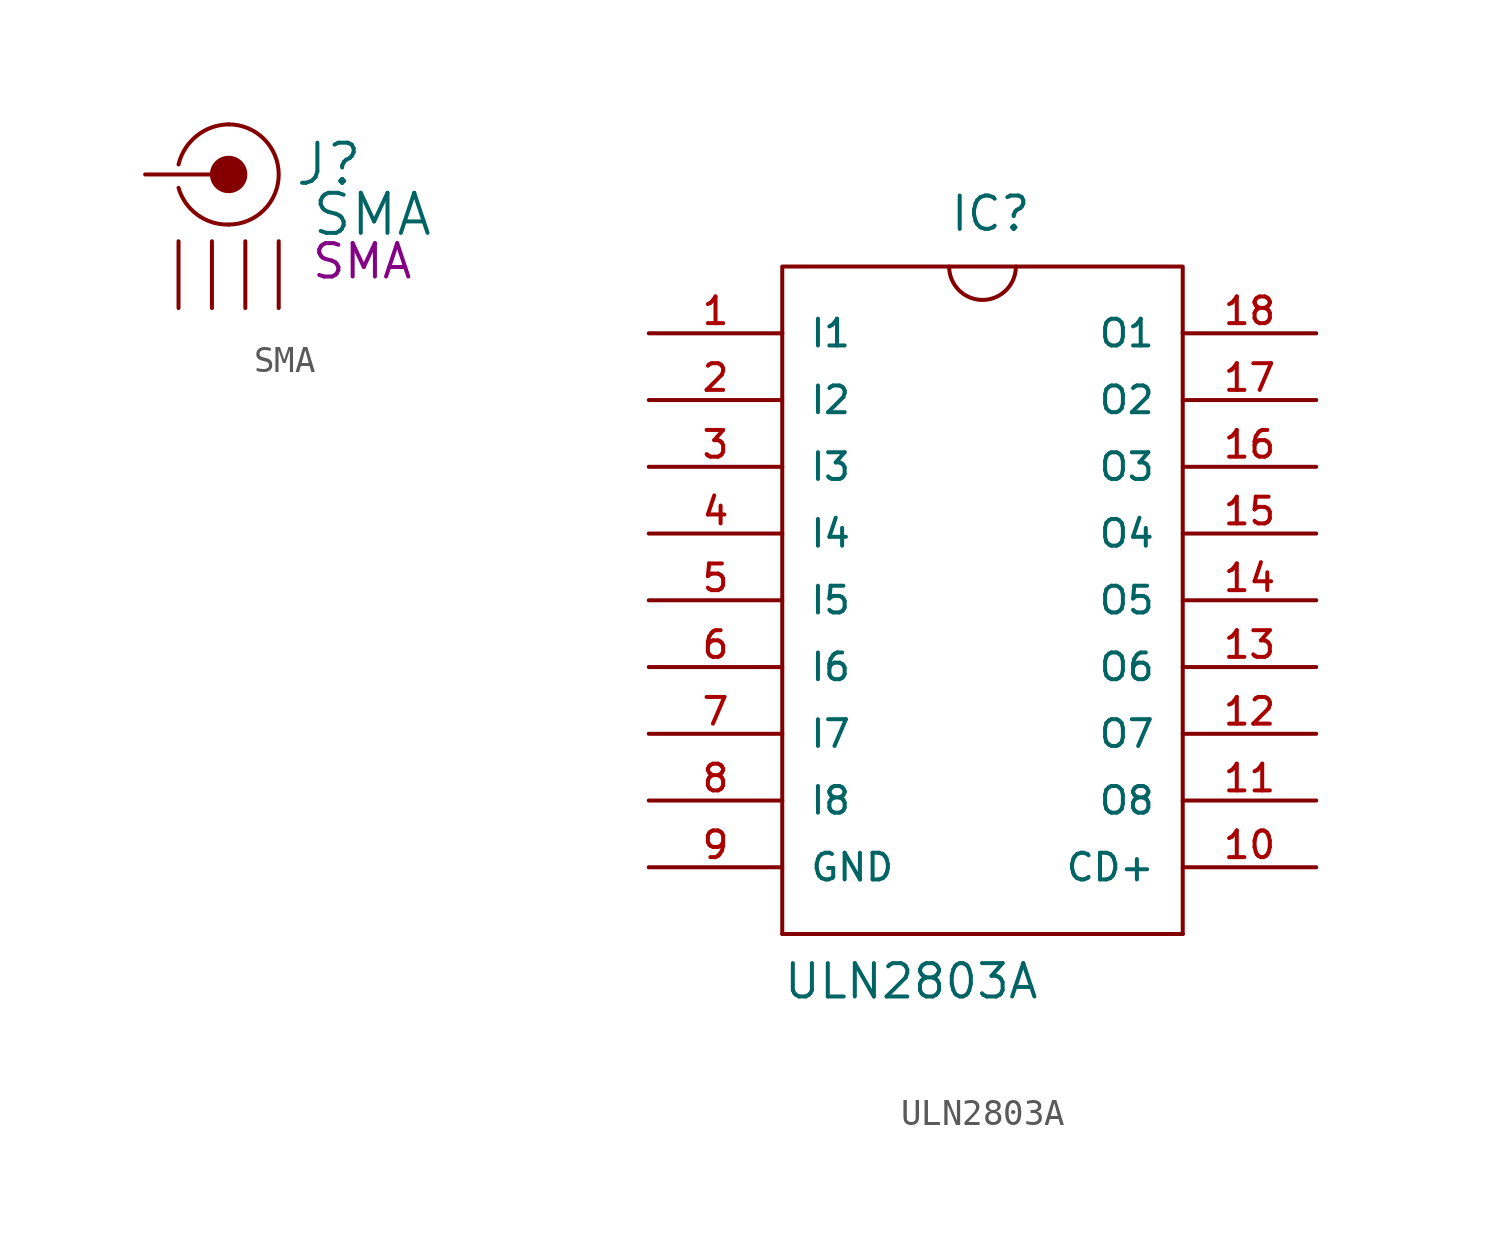
<source format=kicad_sym>
(kicad_symbol_lib
  (version 20231120)
  (generator "kicad_symbol_editor")
  (generator_version "8.0")
  (symbol "SMA"
    (pin_numbers hide)
    (pin_names
      (offset 1.016) hide)
    (property "Reference" "J"
      (at 4.445 2.921 0)
      (effects (font (size 1.524 1.524))))
    (property "Value" "SMA"
      (at 6.096 1.016 0)
      (effects (font (size 1.524 1.524))))
    (property "Footprint" "SMA"
      (at 5.715 -0.762 0)
      (effects (font (size 1.27 1.27))))
    (property "Datasheet" ""
      (at 0 0 0)
      (effects (font (size 1.524 1.524))))
    (symbol "SMA_0_1"
      (arc (start -1.27 2.032) (mid -0.5559 1.0089) (end 0.635 0.635) (stroke (width 0) (type solid)) (fill (type none)))
      (arc (start 0.635 0.635) (mid 2.54 2.54) (end 0.635 4.445) (stroke (width 0) (type solid)) (fill (type none)))
      (circle (center 0.635 2.54) (radius 0.635) (stroke (width 0) (type solid)) (fill (type outline)))
      (arc (start 0.635 4.445) (mid -0.5786 4.01) (end -1.27 2.921) (stroke (width 0) (type solid)) (fill (type none))))
    (symbol "SMA_1_1"
      (pin bidirectional line (at -2.54 2.54 0) (length 2.54) (name "RF" (effects (font (size 0 0)))) (number "1" (effects (font (size 0 0)))))
      (pin power_in line (at -1.27 -2.54 90) (length 2.54) (name "GND1" (effects (font (size 0 0)))) (number "2" (effects (font (size 0 0)))))
      (pin power_in line (at 0 -2.54 90) (length 2.54) (name "GND2" (effects (font (size 0 0)))) (number "3" (effects (font (size 0 0)))))
      (pin power_in line (at 1.27 -2.54 90) (length 2.54) (name "GND3" (effects (font (size 0 0)))) (number "4" (effects (font (size 0 0)))))
      (pin power_in line (at 2.54 -2.54 90) (length 2.54) (name "GND4" (effects (font (size 0 0)))) (number "5" (effects (font (size 0 0)))))))
  (symbol "ULN2803A"
    (pin_names
      (offset 1.016))
    (property "Reference" "IC"
      (at -1.27 13.97 0)
      (effects (font (size 1.27 1.27)) (justify left bottom)))
    (property "Value" "ULN2803A"
      (at -7.62 -15.24 0)
      (effects (font (size 1.27 1.27)) (justify left bottom)))
    (property "Datasheet" ""
      (at 0 0 0)
      (effects (font (size 1.524 1.524))))
    (property "ki_locked" ""
      (at 0 0 0)
      (effects (font (size 1.27 1.27))))
    (symbol "ULN2803A_0_1"
      (arc (start -1.27 12.7) (mid 0 11.43) (end 1.27 12.7) (stroke (width 0) (type solid)) (fill (type none)))
      (polyline (pts (xy 7.62 10.16) (xy 7.62 12.7) (xy -7.62 12.7) (xy -7.62 10.16) (xy -7.62 10.16)) (stroke (width 0) (type solid)) (fill (type none))))
    (symbol "ULN2803A_1_0"
      (polyline (pts (xy -7.62 10.16) (xy -7.62 -12.7)) (stroke (width 0) (type solid)) (fill (type none)))
      (polyline (pts (xy 7.62 -12.7) (xy -7.62 -12.7)) (stroke (width 0) (type solid)) (fill (type none)))
      (polyline (pts (xy 7.62 -12.7) (xy 7.62 10.16)) (stroke (width 0) (type solid)) (fill (type none))))
    (symbol "ULN2803A_1_1"
      (pin input line (at -12.7 10.16 0) (length 5.08) (name "I1" (effects (font (size 1.016 1.016)))) (number "1" (effects (font (size 1.016 1.016)))))
      (pin power_in line (at 12.7 -10.16 180) (length 5.08) (name "CD+" (effects (font (size 1.016 1.016)))) (number "10" (effects (font (size 1.016 1.016)))))
      (pin output line (at 12.7 -7.62 180) (length 5.08) (name "O8" (effects (font (size 1.016 1.016)))) (number "11" (effects (font (size 1.016 1.016)))))
      (pin output line (at 12.7 -5.08 180) (length 5.08) (name "O7" (effects (font (size 1.016 1.016)))) (number "12" (effects (font (size 1.016 1.016)))))
      (pin output line (at 12.7 -2.54 180) (length 5.08) (name "O6" (effects (font (size 1.016 1.016)))) (number "13" (effects (font (size 1.016 1.016)))))
      (pin output line (at 12.7 0 180) (length 5.08) (name "O5" (effects (font (size 1.016 1.016)))) (number "14" (effects (font (size 1.016 1.016)))))
      (pin output line (at 12.7 2.54 180) (length 5.08) (name "O4" (effects (font (size 1.016 1.016)))) (number "15" (effects (font (size 1.016 1.016)))))
      (pin output line (at 12.7 5.08 180) (length 5.08) (name "O3" (effects (font (size 1.016 1.016)))) (number "16" (effects (font (size 1.016 1.016)))))
      (pin output line (at 12.7 7.62 180) (length 5.08) (name "O2" (effects (font (size 1.016 1.016)))) (number "17" (effects (font (size 1.016 1.016)))))
      (pin output line (at 12.7 10.16 180) (length 5.08) (name "O1" (effects (font (size 1.016 1.016)))) (number "18" (effects (font (size 1.016 1.016)))))
      (pin input line (at -12.7 7.62 0) (length 5.08) (name "I2" (effects (font (size 1.016 1.016)))) (number "2" (effects (font (size 1.016 1.016)))))
      (pin input line (at -12.7 5.08 0) (length 5.08) (name "I3" (effects (font (size 1.016 1.016)))) (number "3" (effects (font (size 1.016 1.016)))))
      (pin input line (at -12.7 2.54 0) (length 5.08) (name "I4" (effects (font (size 1.016 1.016)))) (number "4" (effects (font (size 1.016 1.016)))))
      (pin input line (at -12.7 0 0) (length 5.08) (name "I5" (effects (font (size 1.016 1.016)))) (number "5" (effects (font (size 1.016 1.016)))))
      (pin input line (at -12.7 -2.54 0) (length 5.08) (name "I6" (effects (font (size 1.016 1.016)))) (number "6" (effects (font (size 1.016 1.016)))))
      (pin input line (at -12.7 -5.08 0) (length 5.08) (name "I7" (effects (font (size 1.016 1.016)))) (number "7" (effects (font (size 1.016 1.016)))))
      (pin input line (at -12.7 -7.62 0) (length 5.08) (name "I8" (effects (font (size 1.016 1.016)))) (number "8" (effects (font (size 1.016 1.016)))))
      (pin power_in line (at -12.7 -10.16 0) (length 5.08) (name "GND" (effects (font (size 1.016 1.016)))) (number "9" (effects (font (size 1.016 1.016))))))))
</source>
